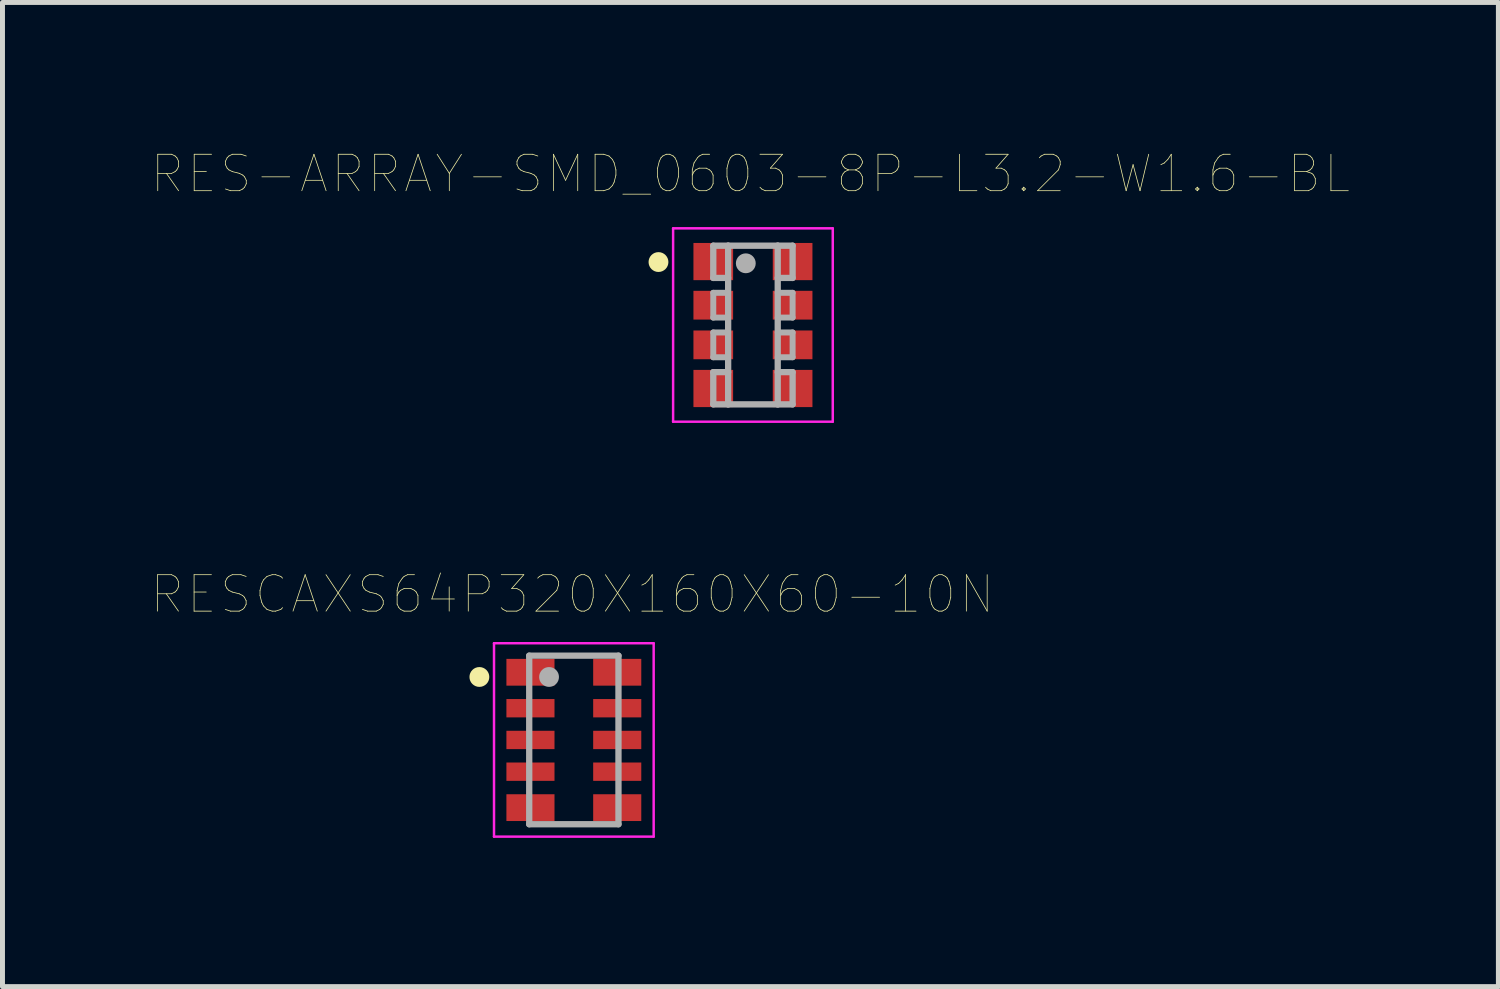
<source format=kicad_pcb>
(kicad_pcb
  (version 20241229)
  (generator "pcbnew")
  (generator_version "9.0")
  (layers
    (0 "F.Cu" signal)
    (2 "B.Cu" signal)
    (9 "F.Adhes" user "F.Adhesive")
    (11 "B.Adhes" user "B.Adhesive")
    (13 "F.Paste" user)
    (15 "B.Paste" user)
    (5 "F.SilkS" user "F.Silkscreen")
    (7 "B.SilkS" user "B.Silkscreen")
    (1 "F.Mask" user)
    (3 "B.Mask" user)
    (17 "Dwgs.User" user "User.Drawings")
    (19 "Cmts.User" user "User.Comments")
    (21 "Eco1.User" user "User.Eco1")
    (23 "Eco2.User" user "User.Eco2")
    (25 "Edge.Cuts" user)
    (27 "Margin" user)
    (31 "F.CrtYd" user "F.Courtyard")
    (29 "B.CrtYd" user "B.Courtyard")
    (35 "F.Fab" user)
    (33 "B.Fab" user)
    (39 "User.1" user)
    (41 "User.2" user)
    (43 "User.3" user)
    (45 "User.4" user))
  (footprint "RESCAXS64P320X160X60-10N"
    (layer "F.Cu")
    (at 8.523 11.873)
    (property "Reference" "RESCAXS64P320X160X60-10N" (at -0.029 -2.937 0) (layer "F.SilkS") (effects (font (size 0.735 0.735) (thickness 0.015))))
    (attr smd)
    (fp_circle (center -1.905 -1.27) (end -1.805 -1.27) (stroke (width 0.2) (type solid)) (fill no) (layer "F.SilkS"))
    (fp_line (start -1.61 -1.95) (end 1.61 -1.95) (stroke (width 0.05) (type solid)) (layer "F.CrtYd"))
    (fp_line (start -1.61 1.95) (end -1.61 -1.95) (stroke (width 0.05) (type solid)) (layer "F.CrtYd"))
    (fp_line (start 1.61 -1.95) (end 1.61 1.95) (stroke (width 0.05) (type solid)) (layer "F.CrtYd"))
    (fp_line (start 1.61 1.95) (end -1.61 1.95) (stroke (width 0.05) (type solid)) (layer "F.CrtYd"))
    (fp_line (start -0.9 -1.7) (end 0.9 -1.7) (stroke (width 0.127) (type solid)) (layer "F.Fab"))
    (fp_line (start -0.9 1.7) (end -0.9 -1.7) (stroke (width 0.127) (type solid)) (layer "F.Fab"))
    (fp_line (start 0.9 -1.7) (end 0.9 1.7) (stroke (width 0.127) (type solid)) (layer "F.Fab"))
    (fp_line (start 0.9 1.7) (end -0.9 1.7) (stroke (width 0.127) (type solid)) (layer "F.Fab"))
    (fp_circle (center -0.5 -1.27) (end -0.4 -1.27) (stroke (width 0.2) (type solid)) (fill no) (layer "F.Fab"))
    (pad "1" smd rect (at -0.875 -1.365) (size 0.97 0.54) (layers "F.Cu" "F.Mask" "F.Paste"))
    (pad "2" smd rect (at -0.875 -0.64) (size 0.97 0.37) (layers "F.Cu" "F.Mask" "F.Paste"))
    (pad "3" smd rect (at -0.875 0) (size 0.97 0.37) (layers "F.Cu" "F.Mask" "F.Paste"))
    (pad "4" smd rect (at -0.875 0.64) (size 0.97 0.37) (layers "F.Cu" "F.Mask" "F.Paste"))
    (pad "5" smd rect (at -0.875 1.365) (size 0.97 0.54) (layers "F.Cu" "F.Mask" "F.Paste"))
    (pad "6" smd rect (at 0.875 1.365) (size 0.97 0.54) (layers "F.Cu" "F.Mask" "F.Paste"))
    (pad "7" smd rect (at 0.875 0.64) (size 0.97 0.37) (layers "F.Cu" "F.Mask" "F.Paste"))
    (pad "8" smd rect (at 0.875 0) (size 0.97 0.37) (layers "F.Cu" "F.Mask" "F.Paste"))
    (pad "9" smd rect (at 0.875 -0.64) (size 0.97 0.37) (layers "F.Cu" "F.Mask" "F.Paste"))
    (pad "10" smd rect (at 0.875 -1.365) (size 0.97 0.54) (layers "F.Cu" "F.Mask" "F.Paste")))
  (footprint "RES-ARRAY-SMD_0603-8P-L3.2-W1.6-BL"
    (layer "F.Cu")
    (at 12.135 3.505)
    (property "Reference" "RES-ARRAY-SMD_0603-8P-L3.2-W1.6-BL" (at -0.051 -3.048 0) (layer "F.SilkS") (effects (font (size 0.735 0.735) (thickness 0.015))))
    (attr smd)
    (fp_circle (center -1.905 -1.27) (end -1.805 -1.27) (stroke (width 0.2) (type solid)) (fill no) (layer "F.SilkS"))
    (fp_line (start -1.61 -1.95) (end 1.61 -1.95) (stroke (width 0.05) (type solid)) (layer "F.CrtYd"))
    (fp_line (start -1.61 1.95) (end -1.61 -1.95) (stroke (width 0.05) (type solid)) (layer "F.CrtYd"))
    (fp_line (start 1.61 -1.95) (end 1.61 1.95) (stroke (width 0.05) (type solid)) (layer "F.CrtYd"))
    (fp_line (start 1.61 1.95) (end -1.61 1.95) (stroke (width 0.05) (type solid)) (layer "F.CrtYd"))
    (fp_line (start -0.8 -0.95) (end -0.8 -1.6) (stroke (width 0.127) (type solid)) (layer "F.Fab"))
    (fp_line (start -0.8 -0.15) (end -0.8 -0.65) (stroke (width 0.12) (type solid)) (layer "F.Fab"))
    (fp_line (start -0.8 0.65) (end -0.8 0.15) (stroke (width 0.12) (type solid)) (layer "F.Fab"))
    (fp_line (start -0.8 1.6) (end -0.8 0.95) (stroke (width 0.127) (type solid)) (layer "F.Fab"))
    (fp_line (start -0.5 -1.6) (end -0.8 -1.6) (stroke (width 0.127) (type solid)) (layer "F.Fab"))
    (fp_line (start -0.5 -0.95) (end -0.8 -0.95) (stroke (width 0.127) (type solid)) (layer "F.Fab"))
    (fp_line (start -0.5 -0.65) (end -0.8 -0.65) (stroke (width 0.12) (type solid)) (layer "F.Fab"))
    (fp_line (start -0.5 -0.15) (end -0.8 -0.15) (stroke (width 0.12) (type solid)) (layer "F.Fab"))
    (fp_line (start -0.5 0.15) (end -0.8 0.15) (stroke (width 0.12) (type solid)) (layer "F.Fab"))
    (fp_line (start -0.5 0.65) (end -0.8 0.65) (stroke (width 0.12) (type solid)) (layer "F.Fab"))
    (fp_line (start -0.5 0.95) (end -0.8 0.95) (stroke (width 0.127) (type solid)) (layer "F.Fab"))
    (fp_line (start -0.5 1.6) (end -0.8 1.6) (stroke (width 0.127) (type solid)) (layer "F.Fab"))
    (fp_line (start -0.5 1.6) (end -0.5 -1.6) (stroke (width 0.127) (type solid)) (layer "F.Fab"))
    (fp_line (start 0.5 -1.6) (end -0.5 -1.6) (stroke (width 0.127) (type solid)) (layer "F.Fab"))
    (fp_line (start 0.5 -1.6) (end 0.8 -1.6) (stroke (width 0.127) (type solid)) (layer "F.Fab"))
    (fp_line (start 0.5 -0.95) (end 0.8 -0.95) (stroke (width 0.127) (type solid)) (layer "F.Fab"))
    (fp_line (start 0.5 -0.65) (end 0.8 -0.65) (stroke (width 0.12) (type solid)) (layer "F.Fab"))
    (fp_line (start 0.5 -0.15) (end 0.8 -0.15) (stroke (width 0.12) (type solid)) (layer "F.Fab"))
    (fp_line (start 0.5 0.15) (end 0.8 0.15) (stroke (width 0.12) (type solid)) (layer "F.Fab"))
    (fp_line (start 0.5 0.65) (end 0.8 0.65) (stroke (width 0.12) (type solid)) (layer "F.Fab"))
    (fp_line (start 0.5 0.95) (end 0.8 0.95) (stroke (width 0.127) (type solid)) (layer "F.Fab"))
    (fp_line (start 0.5 1.6) (end -0.5 1.6) (stroke (width 0.127) (type solid)) (layer "F.Fab"))
    (fp_line (start 0.5 1.6) (end 0.5 -1.6) (stroke (width 0.127) (type solid)) (layer "F.Fab"))
    (fp_line (start 0.5 1.6) (end 0.8 1.6) (stroke (width 0.127) (type solid)) (layer "F.Fab"))
    (fp_line (start 0.8 -0.95) (end 0.8 -1.6) (stroke (width 0.127) (type solid)) (layer "F.Fab"))
    (fp_line (start 0.8 -0.15) (end 0.8 -0.65) (stroke (width 0.12) (type solid)) (layer "F.Fab"))
    (fp_line (start 0.8 0.65) (end 0.8 0.15) (stroke (width 0.12) (type solid)) (layer "F.Fab"))
    (fp_line (start 0.8 1.6) (end 0.8 0.95) (stroke (width 0.127) (type solid)) (layer "F.Fab"))
    (fp_circle (center -0.144 -1.245) (end -0.044 -1.245) (stroke (width 0.2) (type solid)) (fill no) (layer "F.Fab"))
    (pad "1" smd rect (at -0.8 -1.28) (size 0.8 0.75) (layers "F.Cu" "F.Mask" "F.Paste"))
    (pad "2" smd rect (at -0.8 -0.4) (size 0.8 0.58) (layers "F.Cu" "F.Mask" "F.Paste"))
    (pad "3" smd rect (at -0.8 0.4) (size 0.8 0.58) (layers "F.Cu" "F.Mask" "F.Paste"))
    (pad "4" smd rect (at -0.8 1.28) (size 0.8 0.75) (layers "F.Cu" "F.Mask" "F.Paste"))
    (pad "5" smd rect (at 0.8 1.28) (size 0.8 0.75) (layers "F.Cu" "F.Mask" "F.Paste"))
    (pad "6" smd rect (at 0.8 0.4) (size 0.8 0.58) (layers "F.Cu" "F.Mask" "F.Paste"))
    (pad "7" smd rect (at 0.8 -0.4) (size 0.8 0.58) (layers "F.Cu" "F.Mask" "F.Paste"))
    (pad "8" smd rect (at 0.8 -1.28) (size 0.8 0.75) (layers "F.Cu" "F.Mask" "F.Paste")))
  (gr_rect
    (start -3 -3)
    (end 27.169 16.848)
    (stroke (width 0.1) (type default))
    (fill no)
    (layer "Edge.Cuts")))
</source>
